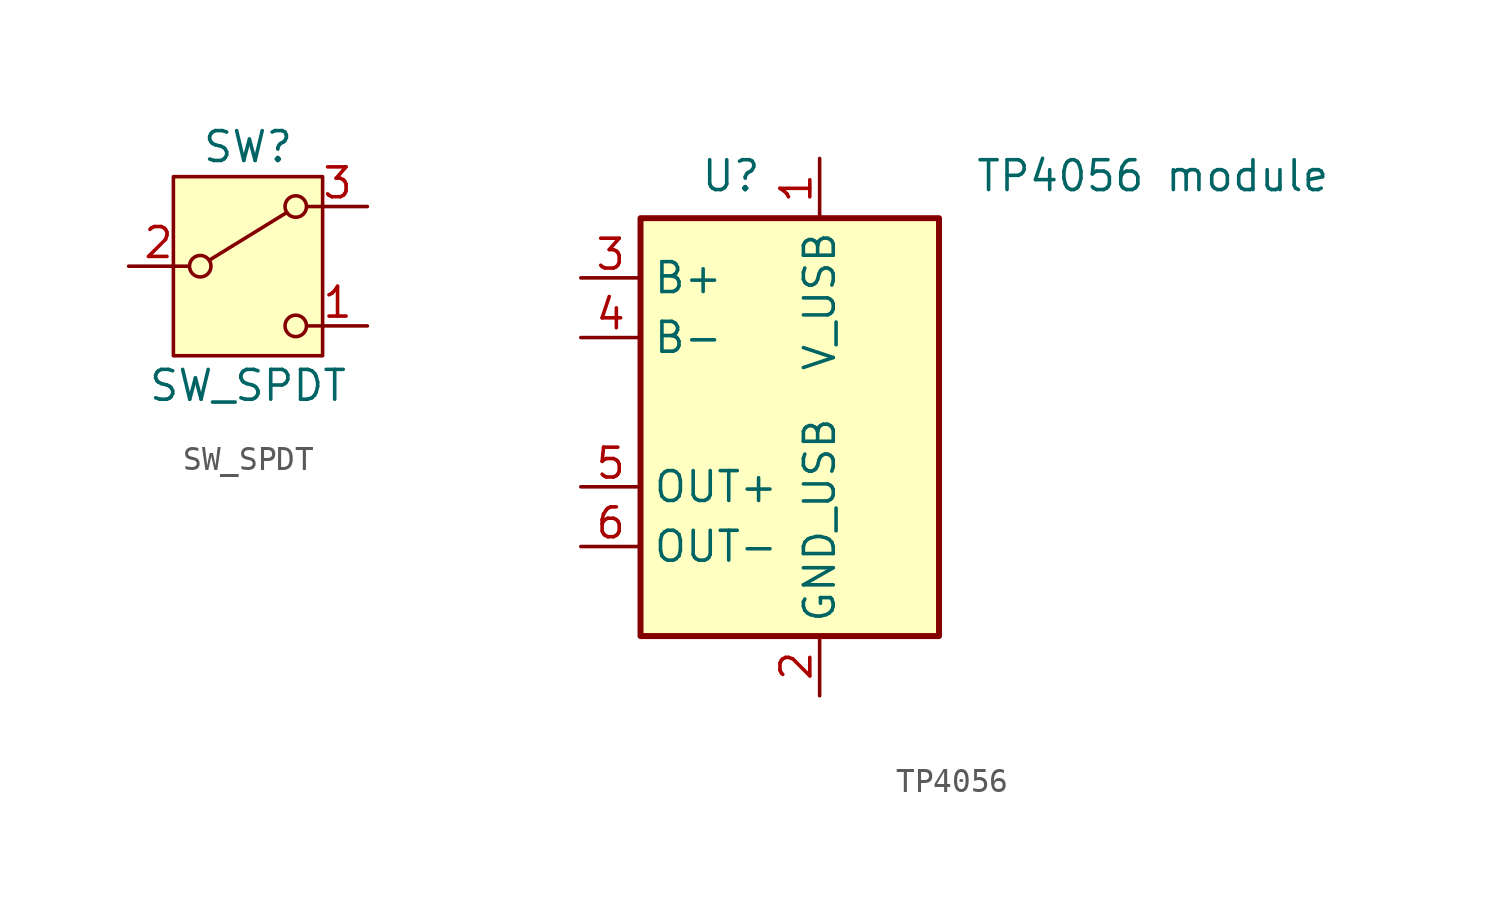
<source format=kicad_sym>
(kicad_symbol_lib
  (version 20231120)
  (generator "kicad_symbol_editor")
  (generator_version "8.0")
  (symbol "SW_SPDT"
    (pin_names
      (offset 0) hide)
    (property "Reference" "SW"
      (at 0 5.08 0)
      (effects (font (size 1.27 1.27))))
    (property "Value" "SW_SPDT"
      (at 0 -5.08 0)
      (effects (font (size 1.27 1.27))))
    (symbol "SW_SPDT_0_1"
      (circle (center -2.032 0) (radius 0.457) (stroke (width 0) (type default)) (fill (type none)))
      (polyline (pts (xy -1.651 0.254) (xy 1.651 2.286)) (stroke (width 0) (type default)) (fill (type none)))
      (circle (center 2.032 -2.54) (radius 0.457) (stroke (width 0) (type default)) (fill (type none)))
      (circle (center 2.032 2.54) (radius 0.457) (stroke (width 0) (type default)) (fill (type none))))
    (symbol "SW_SPDT_1_1"
      (rectangle (start -3.175 3.81) (end 3.175 -3.81) (stroke (width 0) (type default)) (fill (type background)))
      (pin passive line (at 5.08 -2.54 180) (length 2.54) (name "C" (effects (font (size 1.27 1.27)))) (number "1" (effects (font (size 1.27 1.27)))))
      (pin passive line (at -5.08 0 0) (length 2.54) (name "B" (effects (font (size 1.27 1.27)))) (number "2" (effects (font (size 1.27 1.27)))))
      (pin passive line (at 5.08 2.54 180) (length 2.54) (name "A" (effects (font (size 1.27 1.27)))) (number "3" (effects (font (size 1.27 1.27)))))))
  (symbol "TP4056"
    (property "Reference" "U"
      (at -7.62 10.16 0)
      (effects (font (size 1.27 1.27)) (justify left top)))
    (property "Value" "TP4056 module"
      (at 4.064 10.16 0)
      (effects (font (size 1.27 1.27)) (justify left top)))
    (symbol "TP4056_0_1"
      (rectangle (start -10.16 7.62) (end 2.54 -10.16) (stroke (width 0.254) (type default)) (fill (type background))))
    (symbol "TP4056_1_1"
      (pin power_in line (at -2.54 10.16 270) (length 2.54) (name "V_USB" (effects (font (size 1.27 1.27)))) (number "1" (effects (font (size 1.27 1.27)))))
      (pin power_in line (at -2.54 -12.7 90) (length 2.54) (name "GND_USB" (effects (font (size 1.27 1.27)))) (number "2" (effects (font (size 1.27 1.27)))))
      (pin power_out line (at -12.7 5.08 0) (length 2.54) (name "B+" (effects (font (size 1.27 1.27)))) (number "3" (effects (font (size 1.27 1.27)))))
      (pin power_out line (at -12.7 2.54 0) (length 2.54) (name "B-" (effects (font (size 1.27 1.27)))) (number "4" (effects (font (size 1.27 1.27)))))
      (pin power_out line (at -12.7 -3.81 0) (length 2.54) (name "OUT+" (effects (font (size 1.27 1.27)))) (number "5" (effects (font (size 1.27 1.27)))))
      (pin power_out line (at -12.7 -6.35 0) (length 2.54) (name "OUT-" (effects (font (size 1.27 1.27)))) (number "6" (effects (font (size 1.27 1.27))))))))
</source>
